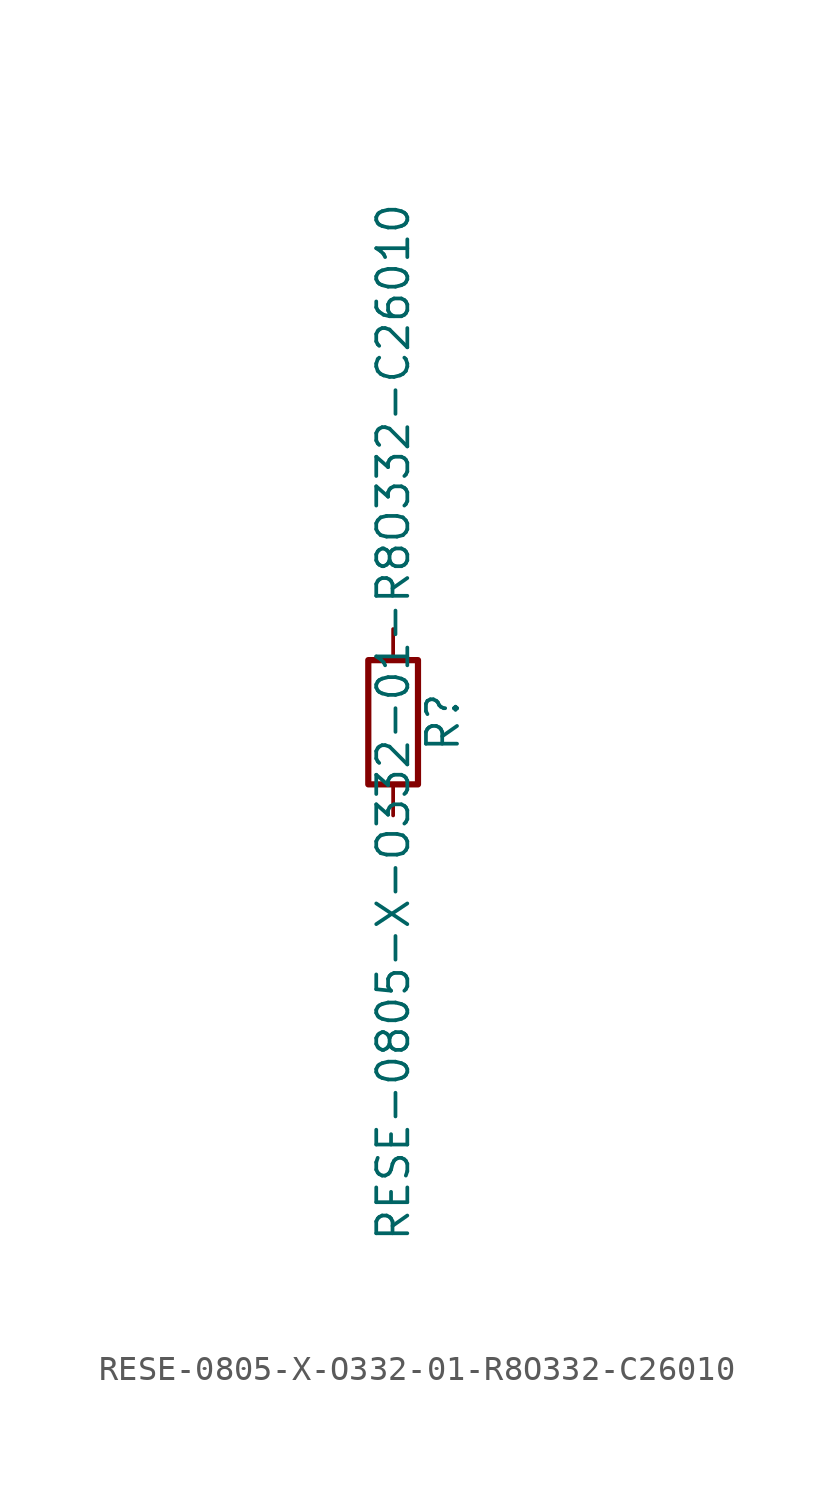
<source format=kicad_sym>
(kicad_symbol_lib
  (version 20211014)
  (generator kicad_symbol_editor)
  (symbol "RESE-0805-X-O332-01-R8O332-C26010"
    (pin_numbers hide)
    (pin_names
      (offset 0))
    (property "Reference" "R"
      (at 2.032 0 90)
      (effects (font (size 1.27 1.27))))
    (property "Value" "RESE-0805-X-O332-01-R8O332-C26010"
      (at 0 0 90)
      (effects (font (size 1.27 1.27))))
    (symbol "RESE-0805-X-O332-01-R8O332-C26010_0_1"
      (rectangle (start -1.016 -2.54) (end 1.016 2.54) (stroke (width 0.254) (type default) (color 0 0 0 0)) (fill (type none))))
    (symbol "RESE-0805-X-O332-01-R8O332-C26010_1_1"
      (pin passive line (at 0 3.81 270) (length 1.27) (name "~" (effects (font (size 1.27 1.27)))) (number "1" (effects (font (size 1.27 1.27)))))
      (pin passive line (at 0 -3.81 90) (length 1.27) (name "~" (effects (font (size 1.27 1.27)))) (number "2" (effects (font (size 1.27 1.27))))))))
</source>
